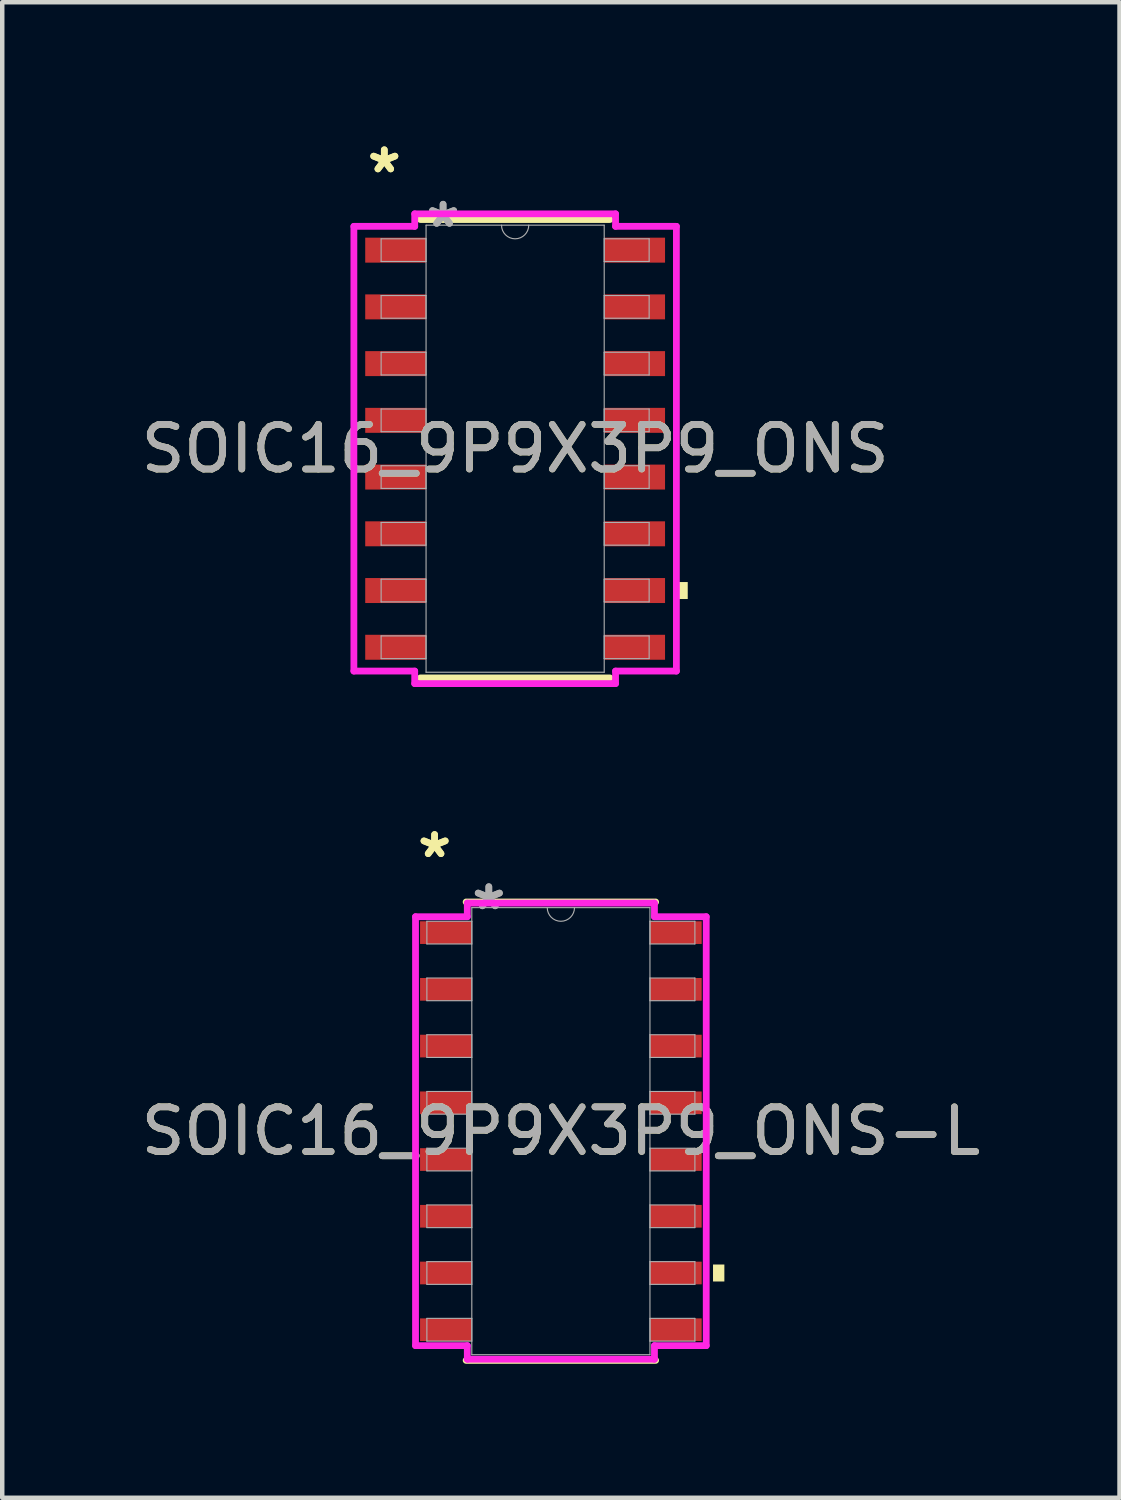
<source format=kicad_pcb>
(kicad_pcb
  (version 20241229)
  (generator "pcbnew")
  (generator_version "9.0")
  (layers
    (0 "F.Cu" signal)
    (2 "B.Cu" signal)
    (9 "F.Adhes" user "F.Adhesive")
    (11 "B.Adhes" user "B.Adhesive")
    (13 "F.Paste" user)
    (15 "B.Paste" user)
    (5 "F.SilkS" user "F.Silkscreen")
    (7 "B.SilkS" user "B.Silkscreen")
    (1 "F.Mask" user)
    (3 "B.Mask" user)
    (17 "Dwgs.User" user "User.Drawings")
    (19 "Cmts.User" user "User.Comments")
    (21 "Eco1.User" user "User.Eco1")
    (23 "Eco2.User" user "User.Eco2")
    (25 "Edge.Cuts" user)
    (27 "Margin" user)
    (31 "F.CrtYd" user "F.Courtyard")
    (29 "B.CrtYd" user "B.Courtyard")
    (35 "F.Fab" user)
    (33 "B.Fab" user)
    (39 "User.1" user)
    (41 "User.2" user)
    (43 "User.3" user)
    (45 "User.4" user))
  (footprint "SOIC16_9P9X3P9_ONS"
    (layer "F.Cu")
    (at 8.482 6.995)
    (property "Reference" "SOIC16_9P9X3P9_ONS" (at 0 0 0) (unlocked yes) (layer "F.SilkS") (effects (font (size 1 1) (thickness 0.15))))
    (attr smd)
    (fp_line (start -2.121 5.131) (end 2.121 5.131) (stroke (width 0.152) (type solid)) (layer "F.SilkS"))
    (fp_line (start 2.121 -5.131) (end -2.121 -5.131) (stroke (width 0.152) (type solid)) (layer "F.SilkS"))
    (fp_poly (pts (xy 3.864 2.985) (xy 3.864 3.365) (xy 3.61 3.365) (xy 3.61 2.985)) (stroke (width 0) (type solid)) (fill yes) (layer "F.SilkS"))
    (fp_line (start -3.61 -4.978) (end -2.248 -4.978) (stroke (width 0.152) (type solid)) (layer "F.CrtYd"))
    (fp_line (start -3.61 4.978) (end -3.61 -4.978) (stroke (width 0.152) (type solid)) (layer "F.CrtYd"))
    (fp_line (start -3.61 4.978) (end -2.248 4.978) (stroke (width 0.152) (type solid)) (layer "F.CrtYd"))
    (fp_line (start -2.248 -5.258) (end 2.248 -5.258) (stroke (width 0.152) (type solid)) (layer "F.CrtYd"))
    (fp_line (start -2.248 -4.978) (end -2.248 -5.258) (stroke (width 0.152) (type solid)) (layer "F.CrtYd"))
    (fp_line (start -2.248 5.258) (end -2.248 4.978) (stroke (width 0.152) (type solid)) (layer "F.CrtYd"))
    (fp_line (start 2.248 -5.258) (end 2.248 -4.978) (stroke (width 0.152) (type solid)) (layer "F.CrtYd"))
    (fp_line (start 2.248 4.978) (end 2.248 5.258) (stroke (width 0.152) (type solid)) (layer "F.CrtYd"))
    (fp_line (start 2.248 5.258) (end -2.248 5.258) (stroke (width 0.152) (type solid)) (layer "F.CrtYd"))
    (fp_line (start 3.61 -4.978) (end 2.248 -4.978) (stroke (width 0.152) (type solid)) (layer "F.CrtYd"))
    (fp_line (start 3.61 -4.978) (end 3.61 4.978) (stroke (width 0.152) (type solid)) (layer "F.CrtYd"))
    (fp_line (start 3.61 4.978) (end 2.248 4.978) (stroke (width 0.152) (type solid)) (layer "F.CrtYd"))
    (fp_line (start -3 -4.699) (end -3 -4.191) (stroke (width 0.025) (type solid)) (layer "F.Fab"))
    (fp_line (start -3 -4.191) (end -1.994 -4.191) (stroke (width 0.025) (type solid)) (layer "F.Fab"))
    (fp_line (start -3 -3.429) (end -3 -2.921) (stroke (width 0.025) (type solid)) (layer "F.Fab"))
    (fp_line (start -3 -2.921) (end -1.994 -2.921) (stroke (width 0.025) (type solid)) (layer "F.Fab"))
    (fp_line (start -3 -2.159) (end -3 -1.651) (stroke (width 0.025) (type solid)) (layer "F.Fab"))
    (fp_line (start -3 -1.651) (end -1.994 -1.651) (stroke (width 0.025) (type solid)) (layer "F.Fab"))
    (fp_line (start -3 -0.889) (end -3 -0.381) (stroke (width 0.025) (type solid)) (layer "F.Fab"))
    (fp_line (start -3 -0.381) (end -1.994 -0.381) (stroke (width 0.025) (type solid)) (layer "F.Fab"))
    (fp_line (start -3 0.381) (end -3 0.889) (stroke (width 0.025) (type solid)) (layer "F.Fab"))
    (fp_line (start -3 0.889) (end -1.994 0.889) (stroke (width 0.025) (type solid)) (layer "F.Fab"))
    (fp_line (start -3 1.651) (end -3 2.159) (stroke (width 0.025) (type solid)) (layer "F.Fab"))
    (fp_line (start -3 2.159) (end -1.994 2.159) (stroke (width 0.025) (type solid)) (layer "F.Fab"))
    (fp_line (start -3 2.921) (end -3 3.429) (stroke (width 0.025) (type solid)) (layer "F.Fab"))
    (fp_line (start -3 3.429) (end -1.994 3.429) (stroke (width 0.025) (type solid)) (layer "F.Fab"))
    (fp_line (start -3 4.191) (end -3 4.699) (stroke (width 0.025) (type solid)) (layer "F.Fab"))
    (fp_line (start -3 4.699) (end -1.994 4.699) (stroke (width 0.025) (type solid)) (layer "F.Fab"))
    (fp_line (start -1.994 -5.004) (end -1.994 5.004) (stroke (width 0.025) (type solid)) (layer "F.Fab"))
    (fp_line (start -1.994 -4.699) (end -3 -4.699) (stroke (width 0.025) (type solid)) (layer "F.Fab"))
    (fp_line (start -1.994 -4.191) (end -1.994 -4.699) (stroke (width 0.025) (type solid)) (layer "F.Fab"))
    (fp_line (start -1.994 -3.429) (end -3 -3.429) (stroke (width 0.025) (type solid)) (layer "F.Fab"))
    (fp_line (start -1.994 -2.921) (end -1.994 -3.429) (stroke (width 0.025) (type solid)) (layer "F.Fab"))
    (fp_line (start -1.994 -2.159) (end -3 -2.159) (stroke (width 0.025) (type solid)) (layer "F.Fab"))
    (fp_line (start -1.994 -1.651) (end -1.994 -2.159) (stroke (width 0.025) (type solid)) (layer "F.Fab"))
    (fp_line (start -1.994 -0.889) (end -3 -0.889) (stroke (width 0.025) (type solid)) (layer "F.Fab"))
    (fp_line (start -1.994 -0.381) (end -1.994 -0.889) (stroke (width 0.025) (type solid)) (layer "F.Fab"))
    (fp_line (start -1.994 0.381) (end -3 0.381) (stroke (width 0.025) (type solid)) (layer "F.Fab"))
    (fp_line (start -1.994 0.889) (end -1.994 0.381) (stroke (width 0.025) (type solid)) (layer "F.Fab"))
    (fp_line (start -1.994 1.651) (end -3 1.651) (stroke (width 0.025) (type solid)) (layer "F.Fab"))
    (fp_line (start -1.994 2.159) (end -1.994 1.651) (stroke (width 0.025) (type solid)) (layer "F.Fab"))
    (fp_line (start -1.994 2.921) (end -3 2.921) (stroke (width 0.025) (type solid)) (layer "F.Fab"))
    (fp_line (start -1.994 3.429) (end -1.994 2.921) (stroke (width 0.025) (type solid)) (layer "F.Fab"))
    (fp_line (start -1.994 4.191) (end -3 4.191) (stroke (width 0.025) (type solid)) (layer "F.Fab"))
    (fp_line (start -1.994 4.699) (end -1.994 4.191) (stroke (width 0.025) (type solid)) (layer "F.Fab"))
    (fp_line (start -1.994 5.004) (end 1.994 5.004) (stroke (width 0.025) (type solid)) (layer "F.Fab"))
    (fp_line (start 1.994 -5.004) (end -1.994 -5.004) (stroke (width 0.025) (type solid)) (layer "F.Fab"))
    (fp_line (start 1.994 -4.699) (end 1.994 -4.191) (stroke (width 0.025) (type solid)) (layer "F.Fab"))
    (fp_line (start 1.994 -4.191) (end 3 -4.191) (stroke (width 0.025) (type solid)) (layer "F.Fab"))
    (fp_line (start 1.994 -3.429) (end 1.994 -2.921) (stroke (width 0.025) (type solid)) (layer "F.Fab"))
    (fp_line (start 1.994 -2.921) (end 3 -2.921) (stroke (width 0.025) (type solid)) (layer "F.Fab"))
    (fp_line (start 1.994 -2.159) (end 1.994 -1.651) (stroke (width 0.025) (type solid)) (layer "F.Fab"))
    (fp_line (start 1.994 -1.651) (end 3 -1.651) (stroke (width 0.025) (type solid)) (layer "F.Fab"))
    (fp_line (start 1.994 -0.889) (end 1.994 -0.381) (stroke (width 0.025) (type solid)) (layer "F.Fab"))
    (fp_line (start 1.994 -0.381) (end 3 -0.381) (stroke (width 0.025) (type solid)) (layer "F.Fab"))
    (fp_line (start 1.994 0.381) (end 1.994 0.889) (stroke (width 0.025) (type solid)) (layer "F.Fab"))
    (fp_line (start 1.994 0.889) (end 3 0.889) (stroke (width 0.025) (type solid)) (layer "F.Fab"))
    (fp_line (start 1.994 1.651) (end 1.994 2.159) (stroke (width 0.025) (type solid)) (layer "F.Fab"))
    (fp_line (start 1.994 2.159) (end 3 2.159) (stroke (width 0.025) (type solid)) (layer "F.Fab"))
    (fp_line (start 1.994 2.921) (end 1.994 3.429) (stroke (width 0.025) (type solid)) (layer "F.Fab"))
    (fp_line (start 1.994 3.429) (end 3 3.429) (stroke (width 0.025) (type solid)) (layer "F.Fab"))
    (fp_line (start 1.994 4.191) (end 1.994 4.699) (stroke (width 0.025) (type solid)) (layer "F.Fab"))
    (fp_line (start 1.994 4.699) (end 3 4.699) (stroke (width 0.025) (type solid)) (layer "F.Fab"))
    (fp_line (start 1.994 5.004) (end 1.994 -5.004) (stroke (width 0.025) (type solid)) (layer "F.Fab"))
    (fp_line (start 3 -4.699) (end 1.994 -4.699) (stroke (width 0.025) (type solid)) (layer "F.Fab"))
    (fp_line (start 3 -4.191) (end 3 -4.699) (stroke (width 0.025) (type solid)) (layer "F.Fab"))
    (fp_line (start 3 -3.429) (end 1.994 -3.429) (stroke (width 0.025) (type solid)) (layer "F.Fab"))
    (fp_line (start 3 -2.921) (end 3 -3.429) (stroke (width 0.025) (type solid)) (layer "F.Fab"))
    (fp_line (start 3 -2.159) (end 1.994 -2.159) (stroke (width 0.025) (type solid)) (layer "F.Fab"))
    (fp_line (start 3 -1.651) (end 3 -2.159) (stroke (width 0.025) (type solid)) (layer "F.Fab"))
    (fp_line (start 3 -0.889) (end 1.994 -0.889) (stroke (width 0.025) (type solid)) (layer "F.Fab"))
    (fp_line (start 3 -0.381) (end 3 -0.889) (stroke (width 0.025) (type solid)) (layer "F.Fab"))
    (fp_line (start 3 0.381) (end 1.994 0.381) (stroke (width 0.025) (type solid)) (layer "F.Fab"))
    (fp_line (start 3 0.889) (end 3 0.381) (stroke (width 0.025) (type solid)) (layer "F.Fab"))
    (fp_line (start 3 1.651) (end 1.994 1.651) (stroke (width 0.025) (type solid)) (layer "F.Fab"))
    (fp_line (start 3 2.159) (end 3 1.651) (stroke (width 0.025) (type solid)) (layer "F.Fab"))
    (fp_line (start 3 2.921) (end 1.994 2.921) (stroke (width 0.025) (type solid)) (layer "F.Fab"))
    (fp_line (start 3 3.429) (end 3 2.921) (stroke (width 0.025) (type solid)) (layer "F.Fab"))
    (fp_line (start 3 4.191) (end 1.994 4.191) (stroke (width 0.025) (type solid)) (layer "F.Fab"))
    (fp_line (start 3 4.699) (end 3 4.191) (stroke (width 0.025) (type solid)) (layer "F.Fab"))
    (fp_arc (start 0.3048 -5.0038) (mid 0 -4.699) (end -0.3048 -5.0038) (stroke (width 0.0254) (type solid)) (layer "F.Fab"))
    (fp_text user "*" (at -2.929 -6.147 0) (layer "F.SilkS") (effects (font (size 1 1) (thickness 0.15))))
    (fp_text user "*" (at -2.929 -6.147 0) (unlocked yes) (layer "F.SilkS") (effects (font (size 1 1) (thickness 0.15))))
    (fp_text user "${REFERENCE}" (at 0 0 0) (unlocked yes) (layer "F.Fab") (effects (font (size 1 1) (thickness 0.15))))
    (fp_text user "*" (at -1.613 -4.928 0) (unlocked yes) (layer "F.Fab") (effects (font (size 1 1) (thickness 0.15))))
    (fp_text user "*" (at -1.613 -4.928 0) (layer "F.Fab") (effects (font (size 1 1) (thickness 0.15))))
    (pad "1" smd rect (at -2.675 -4.445) (size 1.362 0.559) (layers "F.Cu" "F.Mask" "F.Paste"))
    (pad "2" smd rect (at -2.675 -3.175) (size 1.362 0.559) (layers "F.Cu" "F.Mask" "F.Paste"))
    (pad "3" smd rect (at -2.675 -1.905) (size 1.362 0.559) (layers "F.Cu" "F.Mask" "F.Paste"))
    (pad "4" smd rect (at -2.675 -0.635) (size 1.362 0.559) (layers "F.Cu" "F.Mask" "F.Paste"))
    (pad "5" smd rect (at -2.675 0.635) (size 1.362 0.559) (layers "F.Cu" "F.Mask" "F.Paste"))
    (pad "6" smd rect (at -2.675 1.905) (size 1.362 0.559) (layers "F.Cu" "F.Mask" "F.Paste"))
    (pad "7" smd rect (at -2.675 3.175) (size 1.362 0.559) (layers "F.Cu" "F.Mask" "F.Paste"))
    (pad "8" smd rect (at -2.675 4.445) (size 1.362 0.559) (layers "F.Cu" "F.Mask" "F.Paste"))
    (pad "9" smd rect (at 2.675 4.445) (size 1.362 0.559) (layers "F.Cu" "F.Mask" "F.Paste"))
    (pad "10" smd rect (at 2.675 3.175) (size 1.362 0.559) (layers "F.Cu" "F.Mask" "F.Paste"))
    (pad "11" smd rect (at 2.675 1.905) (size 1.362 0.559) (layers "F.Cu" "F.Mask" "F.Paste"))
    (pad "12" smd rect (at 2.675 0.635) (size 1.362 0.559) (layers "F.Cu" "F.Mask" "F.Paste"))
    (pad "13" smd rect (at 2.675 -0.635) (size 1.362 0.559) (layers "F.Cu" "F.Mask" "F.Paste"))
    (pad "14" smd rect (at 2.675 -1.905) (size 1.362 0.559) (layers "F.Cu" "F.Mask" "F.Paste"))
    (pad "15" smd rect (at 2.675 -3.175) (size 1.362 0.559) (layers "F.Cu" "F.Mask" "F.Paste"))
    (pad "16" smd rect (at 2.675 -4.445) (size 1.362 0.559) (layers "F.Cu" "F.Mask" "F.Paste")))
  (footprint "SOIC16_9P9X3P9_ONS-L"
    (layer "F.Cu")
    (at 9.506 22.273)
    (property "Reference" "SOIC16_9P9X3P9_ONS-L" (at 0 0 0) (unlocked yes) (layer "F.SilkS") (effects (font (size 1 1) (thickness 0.15))))
    (attr smd)
    (fp_line (start -2.121 5.131) (end 2.121 5.131) (stroke (width 0.152) (type solid)) (layer "F.SilkS"))
    (fp_line (start 2.121 -5.131) (end -2.121 -5.131) (stroke (width 0.152) (type solid)) (layer "F.SilkS"))
    (fp_poly (pts (xy 3.66 2.985) (xy 3.66 3.365) (xy 3.406 3.365) (xy 3.406 2.985)) (stroke (width 0) (type solid)) (fill yes) (layer "F.SilkS"))
    (fp_line (start -3.254 -4.801) (end -2.095 -4.801) (stroke (width 0.152) (type solid)) (layer "F.CrtYd"))
    (fp_line (start -3.254 4.801) (end -3.254 -4.801) (stroke (width 0.152) (type solid)) (layer "F.CrtYd"))
    (fp_line (start -3.254 4.801) (end -2.095 4.801) (stroke (width 0.152) (type solid)) (layer "F.CrtYd"))
    (fp_line (start -2.095 -5.105) (end 2.095 -5.105) (stroke (width 0.152) (type solid)) (layer "F.CrtYd"))
    (fp_line (start -2.095 -4.801) (end -2.095 -5.105) (stroke (width 0.152) (type solid)) (layer "F.CrtYd"))
    (fp_line (start -2.095 5.105) (end -2.095 4.801) (stroke (width 0.152) (type solid)) (layer "F.CrtYd"))
    (fp_line (start 2.095 -5.105) (end 2.095 -4.801) (stroke (width 0.152) (type solid)) (layer "F.CrtYd"))
    (fp_line (start 2.095 4.801) (end 2.095 5.105) (stroke (width 0.152) (type solid)) (layer "F.CrtYd"))
    (fp_line (start 2.095 5.105) (end -2.095 5.105) (stroke (width 0.152) (type solid)) (layer "F.CrtYd"))
    (fp_line (start 3.254 -4.801) (end 2.095 -4.801) (stroke (width 0.152) (type solid)) (layer "F.CrtYd"))
    (fp_line (start 3.254 -4.801) (end 3.254 4.801) (stroke (width 0.152) (type solid)) (layer "F.CrtYd"))
    (fp_line (start 3.254 4.801) (end 2.095 4.801) (stroke (width 0.152) (type solid)) (layer "F.CrtYd"))
    (fp_line (start -3 -4.699) (end -3 -4.191) (stroke (width 0.025) (type solid)) (layer "F.Fab"))
    (fp_line (start -3 -4.191) (end -1.994 -4.191) (stroke (width 0.025) (type solid)) (layer "F.Fab"))
    (fp_line (start -3 -3.429) (end -3 -2.921) (stroke (width 0.025) (type solid)) (layer "F.Fab"))
    (fp_line (start -3 -2.921) (end -1.994 -2.921) (stroke (width 0.025) (type solid)) (layer "F.Fab"))
    (fp_line (start -3 -2.159) (end -3 -1.651) (stroke (width 0.025) (type solid)) (layer "F.Fab"))
    (fp_line (start -3 -1.651) (end -1.994 -1.651) (stroke (width 0.025) (type solid)) (layer "F.Fab"))
    (fp_line (start -3 -0.889) (end -3 -0.381) (stroke (width 0.025) (type solid)) (layer "F.Fab"))
    (fp_line (start -3 -0.381) (end -1.994 -0.381) (stroke (width 0.025) (type solid)) (layer "F.Fab"))
    (fp_line (start -3 0.381) (end -3 0.889) (stroke (width 0.025) (type solid)) (layer "F.Fab"))
    (fp_line (start -3 0.889) (end -1.994 0.889) (stroke (width 0.025) (type solid)) (layer "F.Fab"))
    (fp_line (start -3 1.651) (end -3 2.159) (stroke (width 0.025) (type solid)) (layer "F.Fab"))
    (fp_line (start -3 2.159) (end -1.994 2.159) (stroke (width 0.025) (type solid)) (layer "F.Fab"))
    (fp_line (start -3 2.921) (end -3 3.429) (stroke (width 0.025) (type solid)) (layer "F.Fab"))
    (fp_line (start -3 3.429) (end -1.994 3.429) (stroke (width 0.025) (type solid)) (layer "F.Fab"))
    (fp_line (start -3 4.191) (end -3 4.699) (stroke (width 0.025) (type solid)) (layer "F.Fab"))
    (fp_line (start -3 4.699) (end -1.994 4.699) (stroke (width 0.025) (type solid)) (layer "F.Fab"))
    (fp_line (start -1.994 -5.004) (end -1.994 5.004) (stroke (width 0.025) (type solid)) (layer "F.Fab"))
    (fp_line (start -1.994 -4.699) (end -3 -4.699) (stroke (width 0.025) (type solid)) (layer "F.Fab"))
    (fp_line (start -1.994 -4.191) (end -1.994 -4.699) (stroke (width 0.025) (type solid)) (layer "F.Fab"))
    (fp_line (start -1.994 -3.429) (end -3 -3.429) (stroke (width 0.025) (type solid)) (layer "F.Fab"))
    (fp_line (start -1.994 -2.921) (end -1.994 -3.429) (stroke (width 0.025) (type solid)) (layer "F.Fab"))
    (fp_line (start -1.994 -2.159) (end -3 -2.159) (stroke (width 0.025) (type solid)) (layer "F.Fab"))
    (fp_line (start -1.994 -1.651) (end -1.994 -2.159) (stroke (width 0.025) (type solid)) (layer "F.Fab"))
    (fp_line (start -1.994 -0.889) (end -3 -0.889) (stroke (width 0.025) (type solid)) (layer "F.Fab"))
    (fp_line (start -1.994 -0.381) (end -1.994 -0.889) (stroke (width 0.025) (type solid)) (layer "F.Fab"))
    (fp_line (start -1.994 0.381) (end -3 0.381) (stroke (width 0.025) (type solid)) (layer "F.Fab"))
    (fp_line (start -1.994 0.889) (end -1.994 0.381) (stroke (width 0.025) (type solid)) (layer "F.Fab"))
    (fp_line (start -1.994 1.651) (end -3 1.651) (stroke (width 0.025) (type solid)) (layer "F.Fab"))
    (fp_line (start -1.994 2.159) (end -1.994 1.651) (stroke (width 0.025) (type solid)) (layer "F.Fab"))
    (fp_line (start -1.994 2.921) (end -3 2.921) (stroke (width 0.025) (type solid)) (layer "F.Fab"))
    (fp_line (start -1.994 3.429) (end -1.994 2.921) (stroke (width 0.025) (type solid)) (layer "F.Fab"))
    (fp_line (start -1.994 4.191) (end -3 4.191) (stroke (width 0.025) (type solid)) (layer "F.Fab"))
    (fp_line (start -1.994 4.699) (end -1.994 4.191) (stroke (width 0.025) (type solid)) (layer "F.Fab"))
    (fp_line (start -1.994 5.004) (end 1.994 5.004) (stroke (width 0.025) (type solid)) (layer "F.Fab"))
    (fp_line (start 1.994 -5.004) (end -1.994 -5.004) (stroke (width 0.025) (type solid)) (layer "F.Fab"))
    (fp_line (start 1.994 -4.699) (end 1.994 -4.191) (stroke (width 0.025) (type solid)) (layer "F.Fab"))
    (fp_line (start 1.994 -4.191) (end 3 -4.191) (stroke (width 0.025) (type solid)) (layer "F.Fab"))
    (fp_line (start 1.994 -3.429) (end 1.994 -2.921) (stroke (width 0.025) (type solid)) (layer "F.Fab"))
    (fp_line (start 1.994 -2.921) (end 3 -2.921) (stroke (width 0.025) (type solid)) (layer "F.Fab"))
    (fp_line (start 1.994 -2.159) (end 1.994 -1.651) (stroke (width 0.025) (type solid)) (layer "F.Fab"))
    (fp_line (start 1.994 -1.651) (end 3 -1.651) (stroke (width 0.025) (type solid)) (layer "F.Fab"))
    (fp_line (start 1.994 -0.889) (end 1.994 -0.381) (stroke (width 0.025) (type solid)) (layer "F.Fab"))
    (fp_line (start 1.994 -0.381) (end 3 -0.381) (stroke (width 0.025) (type solid)) (layer "F.Fab"))
    (fp_line (start 1.994 0.381) (end 1.994 0.889) (stroke (width 0.025) (type solid)) (layer "F.Fab"))
    (fp_line (start 1.994 0.889) (end 3 0.889) (stroke (width 0.025) (type solid)) (layer "F.Fab"))
    (fp_line (start 1.994 1.651) (end 1.994 2.159) (stroke (width 0.025) (type solid)) (layer "F.Fab"))
    (fp_line (start 1.994 2.159) (end 3 2.159) (stroke (width 0.025) (type solid)) (layer "F.Fab"))
    (fp_line (start 1.994 2.921) (end 1.994 3.429) (stroke (width 0.025) (type solid)) (layer "F.Fab"))
    (fp_line (start 1.994 3.429) (end 3 3.429) (stroke (width 0.025) (type solid)) (layer "F.Fab"))
    (fp_line (start 1.994 4.191) (end 1.994 4.699) (stroke (width 0.025) (type solid)) (layer "F.Fab"))
    (fp_line (start 1.994 4.699) (end 3 4.699) (stroke (width 0.025) (type solid)) (layer "F.Fab"))
    (fp_line (start 1.994 5.004) (end 1.994 -5.004) (stroke (width 0.025) (type solid)) (layer "F.Fab"))
    (fp_line (start 3 -4.699) (end 1.994 -4.699) (stroke (width 0.025) (type solid)) (layer "F.Fab"))
    (fp_line (start 3 -4.191) (end 3 -4.699) (stroke (width 0.025) (type solid)) (layer "F.Fab"))
    (fp_line (start 3 -3.429) (end 1.994 -3.429) (stroke (width 0.025) (type solid)) (layer "F.Fab"))
    (fp_line (start 3 -2.921) (end 3 -3.429) (stroke (width 0.025) (type solid)) (layer "F.Fab"))
    (fp_line (start 3 -2.159) (end 1.994 -2.159) (stroke (width 0.025) (type solid)) (layer "F.Fab"))
    (fp_line (start 3 -1.651) (end 3 -2.159) (stroke (width 0.025) (type solid)) (layer "F.Fab"))
    (fp_line (start 3 -0.889) (end 1.994 -0.889) (stroke (width 0.025) (type solid)) (layer "F.Fab"))
    (fp_line (start 3 -0.381) (end 3 -0.889) (stroke (width 0.025) (type solid)) (layer "F.Fab"))
    (fp_line (start 3 0.381) (end 1.994 0.381) (stroke (width 0.025) (type solid)) (layer "F.Fab"))
    (fp_line (start 3 0.889) (end 3 0.381) (stroke (width 0.025) (type solid)) (layer "F.Fab"))
    (fp_line (start 3 1.651) (end 1.994 1.651) (stroke (width 0.025) (type solid)) (layer "F.Fab"))
    (fp_line (start 3 2.159) (end 3 1.651) (stroke (width 0.025) (type solid)) (layer "F.Fab"))
    (fp_line (start 3 2.921) (end 1.994 2.921) (stroke (width 0.025) (type solid)) (layer "F.Fab"))
    (fp_line (start 3 3.429) (end 3 2.921) (stroke (width 0.025) (type solid)) (layer "F.Fab"))
    (fp_line (start 3 4.191) (end 1.994 4.191) (stroke (width 0.025) (type solid)) (layer "F.Fab"))
    (fp_line (start 3 4.699) (end 3 4.191) (stroke (width 0.025) (type solid)) (layer "F.Fab"))
    (fp_arc (start 0.3048 -5.0038) (mid 0 -4.699) (end -0.3048 -5.0038) (stroke (width 0.0254) (type solid)) (layer "F.Fab"))
    (fp_text user "*" (at -2.827 -6.096 0) (unlocked yes) (layer "F.SilkS") (effects (font (size 1 1) (thickness 0.15))))
    (fp_text user "*" (at -2.827 -6.096 0) (layer "F.SilkS") (effects (font (size 1 1) (thickness 0.15))))
    (fp_text user "*" (at -1.613 -4.928 0) (unlocked yes) (layer "F.Fab") (effects (font (size 1 1) (thickness 0.15))))
    (fp_text user "*" (at -1.613 -4.928 0) (layer "F.Fab") (effects (font (size 1 1) (thickness 0.15))))
    (fp_text user "${REFERENCE}" (at 0 0 0) (unlocked yes) (layer "F.Fab") (effects (font (size 1 1) (thickness 0.15))))
    (pad "1" smd rect (at -2.573 -4.445) (size 1.159 0.508) (layers "F.Cu" "F.Mask" "F.Paste"))
    (pad "2" smd rect (at -2.573 -3.175) (size 1.159 0.508) (layers "F.Cu" "F.Mask" "F.Paste"))
    (pad "3" smd rect (at -2.573 -1.905) (size 1.159 0.508) (layers "F.Cu" "F.Mask" "F.Paste"))
    (pad "4" smd rect (at -2.573 -0.635) (size 1.159 0.508) (layers "F.Cu" "F.Mask" "F.Paste"))
    (pad "5" smd rect (at -2.573 0.635) (size 1.159 0.508) (layers "F.Cu" "F.Mask" "F.Paste"))
    (pad "6" smd rect (at -2.573 1.905) (size 1.159 0.508) (layers "F.Cu" "F.Mask" "F.Paste"))
    (pad "7" smd rect (at -2.573 3.175) (size 1.159 0.508) (layers "F.Cu" "F.Mask" "F.Paste"))
    (pad "8" smd rect (at -2.573 4.445) (size 1.159 0.508) (layers "F.Cu" "F.Mask" "F.Paste"))
    (pad "9" smd rect (at 2.573 4.445) (size 1.159 0.508) (layers "F.Cu" "F.Mask" "F.Paste"))
    (pad "10" smd rect (at 2.573 3.175) (size 1.159 0.508) (layers "F.Cu" "F.Mask" "F.Paste"))
    (pad "11" smd rect (at 2.573 1.905) (size 1.159 0.508) (layers "F.Cu" "F.Mask" "F.Paste"))
    (pad "12" smd rect (at 2.573 0.635) (size 1.159 0.508) (layers "F.Cu" "F.Mask" "F.Paste"))
    (pad "13" smd rect (at 2.573 -0.635) (size 1.159 0.508) (layers "F.Cu" "F.Mask" "F.Paste"))
    (pad "14" smd rect (at 2.573 -1.905) (size 1.159 0.508) (layers "F.Cu" "F.Mask" "F.Paste"))
    (pad "15" smd rect (at 2.573 -3.175) (size 1.159 0.508) (layers "F.Cu" "F.Mask" "F.Paste"))
    (pad "16" smd rect (at 2.573 -4.445) (size 1.159 0.508) (layers "F.Cu" "F.Mask" "F.Paste")))
  (gr_rect
    (start -3 -3)
    (end 22.012 30.48)
    (stroke (width 0.1) (type default))
    (fill no)
    (layer "Edge.Cuts")))
</source>
